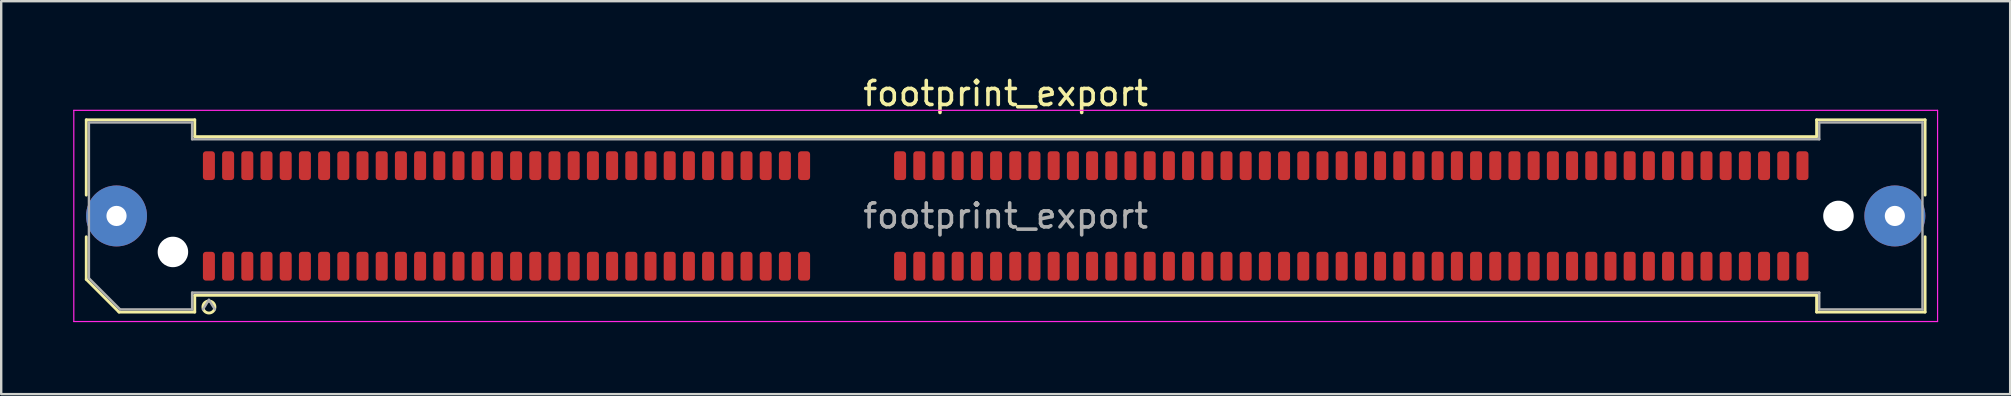
<source format=kicad_pcb>
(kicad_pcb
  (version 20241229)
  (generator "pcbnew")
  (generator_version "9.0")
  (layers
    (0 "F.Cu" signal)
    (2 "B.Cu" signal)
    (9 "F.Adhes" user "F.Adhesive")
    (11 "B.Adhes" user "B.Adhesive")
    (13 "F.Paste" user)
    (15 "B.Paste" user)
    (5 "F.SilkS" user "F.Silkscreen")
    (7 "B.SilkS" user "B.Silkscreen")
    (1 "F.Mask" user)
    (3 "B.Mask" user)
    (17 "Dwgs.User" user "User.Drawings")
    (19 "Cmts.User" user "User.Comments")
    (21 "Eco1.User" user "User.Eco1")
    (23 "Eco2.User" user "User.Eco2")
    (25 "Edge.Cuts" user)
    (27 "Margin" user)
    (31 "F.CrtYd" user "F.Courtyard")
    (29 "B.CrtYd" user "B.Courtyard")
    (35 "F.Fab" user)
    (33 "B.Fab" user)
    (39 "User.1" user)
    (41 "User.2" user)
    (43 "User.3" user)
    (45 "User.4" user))
  (footprint "footprint_export"
    (layer "F.Cu")
    (at 38.855 5.948)
    (property "Reference" "footprint_export" (at 0 -5.1 0) (layer "F.SilkS") (effects (font (size 1 1) (thickness 0.15))))
    (attr smd)
    (fp_line (start -38.31 -4.005) (end -33.79 -4.005) (stroke (width 0.12) (type solid)) (layer "F.SilkS"))
    (fp_line (start -38.31 -0.868) (end -38.31 -4.005) (stroke (width 0.12) (type solid)) (layer "F.SilkS"))
    (fp_line (start -38.31 2.641) (end -38.31 0.868) (stroke (width 0.12) (type solid)) (layer "F.SilkS"))
    (fp_line (start -36.946 4.005) (end -38.31 2.641) (stroke (width 0.12) (type solid)) (layer "F.SilkS"))
    (fp_line (start -33.79 -4.005) (end -33.79 -3.305) (stroke (width 0.12) (type solid)) (layer "F.SilkS"))
    (fp_line (start -33.79 -3.305) (end 33.79 -3.305) (stroke (width 0.12) (type solid)) (layer "F.SilkS"))
    (fp_line (start -33.79 3.305) (end -33.79 4.005) (stroke (width 0.12) (type solid)) (layer "F.SilkS"))
    (fp_line (start -33.79 4.005) (end -36.946 4.005) (stroke (width 0.12) (type solid)) (layer "F.SilkS"))
    (fp_line (start 33.79 -4.005) (end 38.31 -4.005) (stroke (width 0.12) (type solid)) (layer "F.SilkS"))
    (fp_line (start 33.79 -3.305) (end 33.79 -4.005) (stroke (width 0.12) (type solid)) (layer "F.SilkS"))
    (fp_line (start 33.79 3.305) (end -33.79 3.305) (stroke (width 0.12) (type solid)) (layer "F.SilkS"))
    (fp_line (start 33.79 4.005) (end 33.79 3.305) (stroke (width 0.12) (type solid)) (layer "F.SilkS"))
    (fp_line (start 38.31 -4.005) (end 38.31 -0.868) (stroke (width 0.12) (type solid)) (layer "F.SilkS"))
    (fp_line (start 38.31 0.868) (end 38.31 4.005) (stroke (width 0.12) (type solid)) (layer "F.SilkS"))
    (fp_line (start 38.31 4.005) (end 33.79 4.005) (stroke (width 0.12) (type solid)) (layer "F.SilkS"))
    (fp_arc (start -32.95 3.795) (mid -33.45 3.795) (end -32.95 3.795) (stroke (width 0.12) (type solid)) (layer "F.SilkS"))
    (fp_line (start -38.83 -4.4) (end -38.83 4.4) (stroke (width 0.05) (type solid)) (layer "F.CrtYd"))
    (fp_line (start -38.83 4.4) (end 38.83 4.4) (stroke (width 0.05) (type solid)) (layer "F.CrtYd"))
    (fp_line (start 38.83 -4.4) (end -38.83 -4.4) (stroke (width 0.05) (type solid)) (layer "F.CrtYd"))
    (fp_line (start 38.83 4.4) (end 38.83 -4.4) (stroke (width 0.05) (type solid)) (layer "F.CrtYd"))
    (fp_line (start -38.2 -3.895) (end -33.9 -3.895) (stroke (width 0.1) (type solid)) (layer "F.Fab"))
    (fp_line (start -38.2 2.595) (end -38.2 -3.895) (stroke (width 0.1) (type solid)) (layer "F.Fab"))
    (fp_line (start -36.9 3.895) (end -38.2 2.595) (stroke (width 0.1) (type solid)) (layer "F.Fab"))
    (fp_line (start -33.9 -3.895) (end -33.9 -3.195) (stroke (width 0.1) (type solid)) (layer "F.Fab"))
    (fp_line (start -33.9 -3.195) (end 33.9 -3.195) (stroke (width 0.1) (type solid)) (layer "F.Fab"))
    (fp_line (start -33.9 3.195) (end -33.9 3.895) (stroke (width 0.1) (type solid)) (layer "F.Fab"))
    (fp_line (start -33.9 3.895) (end -36.9 3.895) (stroke (width 0.1) (type solid)) (layer "F.Fab"))
    (fp_line (start -33.2 3.495) (end -33.45 3.895) (stroke (width 0.1) (type solid)) (layer "F.Fab"))
    (fp_line (start -33.2 3.495) (end -32.95 3.895) (stroke (width 0.1) (type solid)) (layer "F.Fab"))
    (fp_line (start 33.9 -3.895) (end 38.2 -3.895) (stroke (width 0.1) (type solid)) (layer "F.Fab"))
    (fp_line (start 33.9 -3.195) (end 33.9 -3.895) (stroke (width 0.1) (type solid)) (layer "F.Fab"))
    (fp_line (start 33.9 3.195) (end -33.9 3.195) (stroke (width 0.1) (type solid)) (layer "F.Fab"))
    (fp_line (start 33.9 3.895) (end 33.9 3.195) (stroke (width 0.1) (type solid)) (layer "F.Fab"))
    (fp_line (start 38.2 -3.895) (end 38.2 3.895) (stroke (width 0.1) (type solid)) (layer "F.Fab"))
    (fp_line (start 38.2 3.895) (end 33.9 3.895) (stroke (width 0.1) (type solid)) (layer "F.Fab"))
    (fp_text user "${REFERENCE}" (at 0 0 0) (layer "F.Fab") (effects (font (size 1 1) (thickness 0.15))))
    (pad "" thru_hole circle (at -37.05 0) (size 2.54 2.54) (drill 0.84) (layers "*.Cu" "*.Mask" "F.Paste"))
    (pad "" np_thru_hole circle (at -34.7 1.5) (size 1.27 1.27) (drill 1.27) (layers "*.Cu" "*.Mask"))
    (pad "" np_thru_hole circle (at 34.7 0) (size 1.27 1.27) (drill 1.27) (layers "*.Cu" "*.Mask"))
    (pad "" thru_hole circle (at 37.05 0) (size 2.54 2.54) (drill 0.84) (layers "*.Cu" "*.Mask" "F.Paste"))
    (pad "1" smd roundrect (at -33.2 2.095) (size 0.5 1.2) (layers "F.Cu" "F.Mask" "F.Paste") (roundrect_rratio 0.25))
    (pad "2" smd roundrect (at -33.2 -2.095) (size 0.5 1.2) (layers "F.Cu" "F.Mask" "F.Paste") (roundrect_rratio 0.25))
    (pad "3" smd roundrect (at -32.4 2.095) (size 0.5 1.2) (layers "F.Cu" "F.Mask" "F.Paste") (roundrect_rratio 0.25))
    (pad "4" smd roundrect (at -32.4 -2.095) (size 0.5 1.2) (layers "F.Cu" "F.Mask" "F.Paste") (roundrect_rratio 0.25))
    (pad "5" smd roundrect (at -31.6 2.095) (size 0.5 1.2) (layers "F.Cu" "F.Mask" "F.Paste") (roundrect_rratio 0.25))
    (pad "6" smd roundrect (at -31.6 -2.095) (size 0.5 1.2) (layers "F.Cu" "F.Mask" "F.Paste") (roundrect_rratio 0.25))
    (pad "7" smd roundrect (at -30.8 2.095) (size 0.5 1.2) (layers "F.Cu" "F.Mask" "F.Paste") (roundrect_rratio 0.25))
    (pad "8" smd roundrect (at -30.8 -2.095) (size 0.5 1.2) (layers "F.Cu" "F.Mask" "F.Paste") (roundrect_rratio 0.25))
    (pad "9" smd roundrect (at -30 2.095) (size 0.5 1.2) (layers "F.Cu" "F.Mask" "F.Paste") (roundrect_rratio 0.25))
    (pad "10" smd roundrect (at -30 -2.095) (size 0.5 1.2) (layers "F.Cu" "F.Mask" "F.Paste") (roundrect_rratio 0.25))
    (pad "11" smd roundrect (at -29.2 2.095) (size 0.5 1.2) (layers "F.Cu" "F.Mask" "F.Paste") (roundrect_rratio 0.25))
    (pad "12" smd roundrect (at -29.2 -2.095) (size 0.5 1.2) (layers "F.Cu" "F.Mask" "F.Paste") (roundrect_rratio 0.25))
    (pad "13" smd roundrect (at -28.4 2.095) (size 0.5 1.2) (layers "F.Cu" "F.Mask" "F.Paste") (roundrect_rratio 0.25))
    (pad "14" smd roundrect (at -28.4 -2.095) (size 0.5 1.2) (layers "F.Cu" "F.Mask" "F.Paste") (roundrect_rratio 0.25))
    (pad "15" smd roundrect (at -27.6 2.095) (size 0.5 1.2) (layers "F.Cu" "F.Mask" "F.Paste") (roundrect_rratio 0.25))
    (pad "16" smd roundrect (at -27.6 -2.095) (size 0.5 1.2) (layers "F.Cu" "F.Mask" "F.Paste") (roundrect_rratio 0.25))
    (pad "17" smd roundrect (at -26.8 2.095) (size 0.5 1.2) (layers "F.Cu" "F.Mask" "F.Paste") (roundrect_rratio 0.25))
    (pad "18" smd roundrect (at -26.8 -2.095) (size 0.5 1.2) (layers "F.Cu" "F.Mask" "F.Paste") (roundrect_rratio 0.25))
    (pad "19" smd roundrect (at -26 2.095) (size 0.5 1.2) (layers "F.Cu" "F.Mask" "F.Paste") (roundrect_rratio 0.25))
    (pad "20" smd roundrect (at -26 -2.095) (size 0.5 1.2) (layers "F.Cu" "F.Mask" "F.Paste") (roundrect_rratio 0.25))
    (pad "21" smd roundrect (at -25.2 2.095) (size 0.5 1.2) (layers "F.Cu" "F.Mask" "F.Paste") (roundrect_rratio 0.25))
    (pad "22" smd roundrect (at -25.2 -2.095) (size 0.5 1.2) (layers "F.Cu" "F.Mask" "F.Paste") (roundrect_rratio 0.25))
    (pad "23" smd roundrect (at -24.4 2.095) (size 0.5 1.2) (layers "F.Cu" "F.Mask" "F.Paste") (roundrect_rratio 0.25))
    (pad "24" smd roundrect (at -24.4 -2.095) (size 0.5 1.2) (layers "F.Cu" "F.Mask" "F.Paste") (roundrect_rratio 0.25))
    (pad "25" smd roundrect (at -23.6 2.095) (size 0.5 1.2) (layers "F.Cu" "F.Mask" "F.Paste") (roundrect_rratio 0.25))
    (pad "26" smd roundrect (at -23.6 -2.095) (size 0.5 1.2) (layers "F.Cu" "F.Mask" "F.Paste") (roundrect_rratio 0.25))
    (pad "27" smd roundrect (at -22.8 2.095) (size 0.5 1.2) (layers "F.Cu" "F.Mask" "F.Paste") (roundrect_rratio 0.25))
    (pad "28" smd roundrect (at -22.8 -2.095) (size 0.5 1.2) (layers "F.Cu" "F.Mask" "F.Paste") (roundrect_rratio 0.25))
    (pad "29" smd roundrect (at -22 2.095) (size 0.5 1.2) (layers "F.Cu" "F.Mask" "F.Paste") (roundrect_rratio 0.25))
    (pad "30" smd roundrect (at -22 -2.095) (size 0.5 1.2) (layers "F.Cu" "F.Mask" "F.Paste") (roundrect_rratio 0.25))
    (pad "31" smd roundrect (at -21.2 2.095) (size 0.5 1.2) (layers "F.Cu" "F.Mask" "F.Paste") (roundrect_rratio 0.25))
    (pad "32" smd roundrect (at -21.2 -2.095) (size 0.5 1.2) (layers "F.Cu" "F.Mask" "F.Paste") (roundrect_rratio 0.25))
    (pad "33" smd roundrect (at -20.4 2.095) (size 0.5 1.2) (layers "F.Cu" "F.Mask" "F.Paste") (roundrect_rratio 0.25))
    (pad "34" smd roundrect (at -20.4 -2.095) (size 0.5 1.2) (layers "F.Cu" "F.Mask" "F.Paste") (roundrect_rratio 0.25))
    (pad "35" smd roundrect (at -19.6 2.095) (size 0.5 1.2) (layers "F.Cu" "F.Mask" "F.Paste") (roundrect_rratio 0.25))
    (pad "36" smd roundrect (at -19.6 -2.095) (size 0.5 1.2) (layers "F.Cu" "F.Mask" "F.Paste") (roundrect_rratio 0.25))
    (pad "37" smd roundrect (at -18.8 2.095) (size 0.5 1.2) (layers "F.Cu" "F.Mask" "F.Paste") (roundrect_rratio 0.25))
    (pad "38" smd roundrect (at -18.8 -2.095) (size 0.5 1.2) (layers "F.Cu" "F.Mask" "F.Paste") (roundrect_rratio 0.25))
    (pad "39" smd roundrect (at -18 2.095) (size 0.5 1.2) (layers "F.Cu" "F.Mask" "F.Paste") (roundrect_rratio 0.25))
    (pad "40" smd roundrect (at -18 -2.095) (size 0.5 1.2) (layers "F.Cu" "F.Mask" "F.Paste") (roundrect_rratio 0.25))
    (pad "41" smd roundrect (at -17.2 2.095) (size 0.5 1.2) (layers "F.Cu" "F.Mask" "F.Paste") (roundrect_rratio 0.25))
    (pad "42" smd roundrect (at -17.2 -2.095) (size 0.5 1.2) (layers "F.Cu" "F.Mask" "F.Paste") (roundrect_rratio 0.25))
    (pad "43" smd roundrect (at -16.4 2.095) (size 0.5 1.2) (layers "F.Cu" "F.Mask" "F.Paste") (roundrect_rratio 0.25))
    (pad "44" smd roundrect (at -16.4 -2.095) (size 0.5 1.2) (layers "F.Cu" "F.Mask" "F.Paste") (roundrect_rratio 0.25))
    (pad "45" smd roundrect (at -15.6 2.095) (size 0.5 1.2) (layers "F.Cu" "F.Mask" "F.Paste") (roundrect_rratio 0.25))
    (pad "46" smd roundrect (at -15.6 -2.095) (size 0.5 1.2) (layers "F.Cu" "F.Mask" "F.Paste") (roundrect_rratio 0.25))
    (pad "47" smd roundrect (at -14.8 2.095) (size 0.5 1.2) (layers "F.Cu" "F.Mask" "F.Paste") (roundrect_rratio 0.25))
    (pad "48" smd roundrect (at -14.8 -2.095) (size 0.5 1.2) (layers "F.Cu" "F.Mask" "F.Paste") (roundrect_rratio 0.25))
    (pad "49" smd roundrect (at -14 2.095) (size 0.5 1.2) (layers "F.Cu" "F.Mask" "F.Paste") (roundrect_rratio 0.25))
    (pad "50" smd roundrect (at -14 -2.095) (size 0.5 1.2) (layers "F.Cu" "F.Mask" "F.Paste") (roundrect_rratio 0.25))
    (pad "51" smd roundrect (at -13.2 2.095) (size 0.5 1.2) (layers "F.Cu" "F.Mask" "F.Paste") (roundrect_rratio 0.25))
    (pad "52" smd roundrect (at -13.2 -2.095) (size 0.5 1.2) (layers "F.Cu" "F.Mask" "F.Paste") (roundrect_rratio 0.25))
    (pad "53" smd roundrect (at -12.4 2.095) (size 0.5 1.2) (layers "F.Cu" "F.Mask" "F.Paste") (roundrect_rratio 0.25))
    (pad "54" smd roundrect (at -12.4 -2.095) (size 0.5 1.2) (layers "F.Cu" "F.Mask" "F.Paste") (roundrect_rratio 0.25))
    (pad "55" smd roundrect (at -11.6 2.095) (size 0.5 1.2) (layers "F.Cu" "F.Mask" "F.Paste") (roundrect_rratio 0.25))
    (pad "56" smd roundrect (at -11.6 -2.095) (size 0.5 1.2) (layers "F.Cu" "F.Mask" "F.Paste") (roundrect_rratio 0.25))
    (pad "57" smd roundrect (at -10.8 2.095) (size 0.5 1.2) (layers "F.Cu" "F.Mask" "F.Paste") (roundrect_rratio 0.25))
    (pad "58" smd roundrect (at -10.8 -2.095) (size 0.5 1.2) (layers "F.Cu" "F.Mask" "F.Paste") (roundrect_rratio 0.25))
    (pad "59" smd roundrect (at -10 2.095) (size 0.5 1.2) (layers "F.Cu" "F.Mask" "F.Paste") (roundrect_rratio 0.25))
    (pad "60" smd roundrect (at -10 -2.095) (size 0.5 1.2) (layers "F.Cu" "F.Mask" "F.Paste") (roundrect_rratio 0.25))
    (pad "61" smd roundrect (at -9.2 2.095) (size 0.5 1.2) (layers "F.Cu" "F.Mask" "F.Paste") (roundrect_rratio 0.25))
    (pad "62" smd roundrect (at -9.2 -2.095) (size 0.5 1.2) (layers "F.Cu" "F.Mask" "F.Paste") (roundrect_rratio 0.25))
    (pad "63" smd roundrect (at -8.4 2.095) (size 0.5 1.2) (layers "F.Cu" "F.Mask" "F.Paste") (roundrect_rratio 0.25))
    (pad "64" smd roundrect (at -8.4 -2.095) (size 0.5 1.2) (layers "F.Cu" "F.Mask" "F.Paste") (roundrect_rratio 0.25))
    (pad "65" smd roundrect (at -4.4 2.095) (size 0.5 1.2) (layers "F.Cu" "F.Mask" "F.Paste") (roundrect_rratio 0.25))
    (pad "66" smd roundrect (at -4.4 -2.095) (size 0.5 1.2) (layers "F.Cu" "F.Mask" "F.Paste") (roundrect_rratio 0.25))
    (pad "67" smd roundrect (at -3.6 2.095) (size 0.5 1.2) (layers "F.Cu" "F.Mask" "F.Paste") (roundrect_rratio 0.25))
    (pad "68" smd roundrect (at -3.6 -2.095) (size 0.5 1.2) (layers "F.Cu" "F.Mask" "F.Paste") (roundrect_rratio 0.25))
    (pad "69" smd roundrect (at -2.8 2.095) (size 0.5 1.2) (layers "F.Cu" "F.Mask" "F.Paste") (roundrect_rratio 0.25))
    (pad "70" smd roundrect (at -2.8 -2.095) (size 0.5 1.2) (layers "F.Cu" "F.Mask" "F.Paste") (roundrect_rratio 0.25))
    (pad "71" smd roundrect (at -2 2.095) (size 0.5 1.2) (layers "F.Cu" "F.Mask" "F.Paste") (roundrect_rratio 0.25))
    (pad "72" smd roundrect (at -2 -2.095) (size 0.5 1.2) (layers "F.Cu" "F.Mask" "F.Paste") (roundrect_rratio 0.25))
    (pad "73" smd roundrect (at -1.2 2.095) (size 0.5 1.2) (layers "F.Cu" "F.Mask" "F.Paste") (roundrect_rratio 0.25))
    (pad "74" smd roundrect (at -1.2 -2.095) (size 0.5 1.2) (layers "F.Cu" "F.Mask" "F.Paste") (roundrect_rratio 0.25))
    (pad "75" smd roundrect (at -0.4 2.095) (size 0.5 1.2) (layers "F.Cu" "F.Mask" "F.Paste") (roundrect_rratio 0.25))
    (pad "76" smd roundrect (at -0.4 -2.095) (size 0.5 1.2) (layers "F.Cu" "F.Mask" "F.Paste") (roundrect_rratio 0.25))
    (pad "77" smd roundrect (at 0.4 2.095) (size 0.5 1.2) (layers "F.Cu" "F.Mask" "F.Paste") (roundrect_rratio 0.25))
    (pad "78" smd roundrect (at 0.4 -2.095) (size 0.5 1.2) (layers "F.Cu" "F.Mask" "F.Paste") (roundrect_rratio 0.25))
    (pad "79" smd roundrect (at 1.2 2.095) (size 0.5 1.2) (layers "F.Cu" "F.Mask" "F.Paste") (roundrect_rratio 0.25))
    (pad "80" smd roundrect (at 1.2 -2.095) (size 0.5 1.2) (layers "F.Cu" "F.Mask" "F.Paste") (roundrect_rratio 0.25))
    (pad "81" smd roundrect (at 2 2.095) (size 0.5 1.2) (layers "F.Cu" "F.Mask" "F.Paste") (roundrect_rratio 0.25))
    (pad "82" smd roundrect (at 2 -2.095) (size 0.5 1.2) (layers "F.Cu" "F.Mask" "F.Paste") (roundrect_rratio 0.25))
    (pad "83" smd roundrect (at 2.8 2.095) (size 0.5 1.2) (layers "F.Cu" "F.Mask" "F.Paste") (roundrect_rratio 0.25))
    (pad "84" smd roundrect (at 2.8 -2.095) (size 0.5 1.2) (layers "F.Cu" "F.Mask" "F.Paste") (roundrect_rratio 0.25))
    (pad "85" smd roundrect (at 3.6 2.095) (size 0.5 1.2) (layers "F.Cu" "F.Mask" "F.Paste") (roundrect_rratio 0.25))
    (pad "86" smd roundrect (at 3.6 -2.095) (size 0.5 1.2) (layers "F.Cu" "F.Mask" "F.Paste") (roundrect_rratio 0.25))
    (pad "87" smd roundrect (at 4.4 2.095) (size 0.5 1.2) (layers "F.Cu" "F.Mask" "F.Paste") (roundrect_rratio 0.25))
    (pad "88" smd roundrect (at 4.4 -2.095) (size 0.5 1.2) (layers "F.Cu" "F.Mask" "F.Paste") (roundrect_rratio 0.25))
    (pad "89" smd roundrect (at 5.2 2.095) (size 0.5 1.2) (layers "F.Cu" "F.Mask" "F.Paste") (roundrect_rratio 0.25))
    (pad "90" smd roundrect (at 5.2 -2.095) (size 0.5 1.2) (layers "F.Cu" "F.Mask" "F.Paste") (roundrect_rratio 0.25))
    (pad "91" smd roundrect (at 6 2.095) (size 0.5 1.2) (layers "F.Cu" "F.Mask" "F.Paste") (roundrect_rratio 0.25))
    (pad "92" smd roundrect (at 6 -2.095) (size 0.5 1.2) (layers "F.Cu" "F.Mask" "F.Paste") (roundrect_rratio 0.25))
    (pad "93" smd roundrect (at 6.8 2.095) (size 0.5 1.2) (layers "F.Cu" "F.Mask" "F.Paste") (roundrect_rratio 0.25))
    (pad "94" smd roundrect (at 6.8 -2.095) (size 0.5 1.2) (layers "F.Cu" "F.Mask" "F.Paste") (roundrect_rratio 0.25))
    (pad "95" smd roundrect (at 7.6 2.095) (size 0.5 1.2) (layers "F.Cu" "F.Mask" "F.Paste") (roundrect_rratio 0.25))
    (pad "96" smd roundrect (at 7.6 -2.095) (size 0.5 1.2) (layers "F.Cu" "F.Mask" "F.Paste") (roundrect_rratio 0.25))
    (pad "97" smd roundrect (at 8.4 2.095) (size 0.5 1.2) (layers "F.Cu" "F.Mask" "F.Paste") (roundrect_rratio 0.25))
    (pad "98" smd roundrect (at 8.4 -2.095) (size 0.5 1.2) (layers "F.Cu" "F.Mask" "F.Paste") (roundrect_rratio 0.25))
    (pad "99" smd roundrect (at 9.2 2.095) (size 0.5 1.2) (layers "F.Cu" "F.Mask" "F.Paste") (roundrect_rratio 0.25))
    (pad "100" smd roundrect (at 9.2 -2.095) (size 0.5 1.2) (layers "F.Cu" "F.Mask" "F.Paste") (roundrect_rratio 0.25))
    (pad "101" smd roundrect (at 10 2.095) (size 0.5 1.2) (layers "F.Cu" "F.Mask" "F.Paste") (roundrect_rratio 0.25))
    (pad "102" smd roundrect (at 10 -2.095) (size 0.5 1.2) (layers "F.Cu" "F.Mask" "F.Paste") (roundrect_rratio 0.25))
    (pad "103" smd roundrect (at 10.8 2.095) (size 0.5 1.2) (layers "F.Cu" "F.Mask" "F.Paste") (roundrect_rratio 0.25))
    (pad "104" smd roundrect (at 10.8 -2.095) (size 0.5 1.2) (layers "F.Cu" "F.Mask" "F.Paste") (roundrect_rratio 0.25))
    (pad "105" smd roundrect (at 11.6 2.095) (size 0.5 1.2) (layers "F.Cu" "F.Mask" "F.Paste") (roundrect_rratio 0.25))
    (pad "106" smd roundrect (at 11.6 -2.095) (size 0.5 1.2) (layers "F.Cu" "F.Mask" "F.Paste") (roundrect_rratio 0.25))
    (pad "107" smd roundrect (at 12.4 2.095) (size 0.5 1.2) (layers "F.Cu" "F.Mask" "F.Paste") (roundrect_rratio 0.25))
    (pad "108" smd roundrect (at 12.4 -2.095) (size 0.5 1.2) (layers "F.Cu" "F.Mask" "F.Paste") (roundrect_rratio 0.25))
    (pad "109" smd roundrect (at 13.2 2.095) (size 0.5 1.2) (layers "F.Cu" "F.Mask" "F.Paste") (roundrect_rratio 0.25))
    (pad "110" smd roundrect (at 13.2 -2.095) (size 0.5 1.2) (layers "F.Cu" "F.Mask" "F.Paste") (roundrect_rratio 0.25))
    (pad "111" smd roundrect (at 14 2.095) (size 0.5 1.2) (layers "F.Cu" "F.Mask" "F.Paste") (roundrect_rratio 0.25))
    (pad "112" smd roundrect (at 14 -2.095) (size 0.5 1.2) (layers "F.Cu" "F.Mask" "F.Paste") (roundrect_rratio 0.25))
    (pad "113" smd roundrect (at 14.8 2.095) (size 0.5 1.2) (layers "F.Cu" "F.Mask" "F.Paste") (roundrect_rratio 0.25))
    (pad "114" smd roundrect (at 14.8 -2.095) (size 0.5 1.2) (layers "F.Cu" "F.Mask" "F.Paste") (roundrect_rratio 0.25))
    (pad "115" smd roundrect (at 15.6 2.095) (size 0.5 1.2) (layers "F.Cu" "F.Mask" "F.Paste") (roundrect_rratio 0.25))
    (pad "116" smd roundrect (at 15.6 -2.095) (size 0.5 1.2) (layers "F.Cu" "F.Mask" "F.Paste") (roundrect_rratio 0.25))
    (pad "117" smd roundrect (at 16.4 2.095) (size 0.5 1.2) (layers "F.Cu" "F.Mask" "F.Paste") (roundrect_rratio 0.25))
    (pad "118" smd roundrect (at 16.4 -2.095) (size 0.5 1.2) (layers "F.Cu" "F.Mask" "F.Paste") (roundrect_rratio 0.25))
    (pad "119" smd roundrect (at 17.2 2.095) (size 0.5 1.2) (layers "F.Cu" "F.Mask" "F.Paste") (roundrect_rratio 0.25))
    (pad "120" smd roundrect (at 17.2 -2.095) (size 0.5 1.2) (layers "F.Cu" "F.Mask" "F.Paste") (roundrect_rratio 0.25))
    (pad "121" smd roundrect (at 18 2.095) (size 0.5 1.2) (layers "F.Cu" "F.Mask" "F.Paste") (roundrect_rratio 0.25))
    (pad "122" smd roundrect (at 18 -2.095) (size 0.5 1.2) (layers "F.Cu" "F.Mask" "F.Paste") (roundrect_rratio 0.25))
    (pad "123" smd roundrect (at 18.8 2.095) (size 0.5 1.2) (layers "F.Cu" "F.Mask" "F.Paste") (roundrect_rratio 0.25))
    (pad "124" smd roundrect (at 18.8 -2.095) (size 0.5 1.2) (layers "F.Cu" "F.Mask" "F.Paste") (roundrect_rratio 0.25))
    (pad "125" smd roundrect (at 19.6 2.095) (size 0.5 1.2) (layers "F.Cu" "F.Mask" "F.Paste") (roundrect_rratio 0.25))
    (pad "126" smd roundrect (at 19.6 -2.095) (size 0.5 1.2) (layers "F.Cu" "F.Mask" "F.Paste") (roundrect_rratio 0.25))
    (pad "127" smd roundrect (at 20.4 2.095) (size 0.5 1.2) (layers "F.Cu" "F.Mask" "F.Paste") (roundrect_rratio 0.25))
    (pad "128" smd roundrect (at 20.4 -2.095) (size 0.5 1.2) (layers "F.Cu" "F.Mask" "F.Paste") (roundrect_rratio 0.25))
    (pad "129" smd roundrect (at 21.2 2.095) (size 0.5 1.2) (layers "F.Cu" "F.Mask" "F.Paste") (roundrect_rratio 0.25))
    (pad "130" smd roundrect (at 21.2 -2.095) (size 0.5 1.2) (layers "F.Cu" "F.Mask" "F.Paste") (roundrect_rratio 0.25))
    (pad "131" smd roundrect (at 22 2.095) (size 0.5 1.2) (layers "F.Cu" "F.Mask" "F.Paste") (roundrect_rratio 0.25))
    (pad "132" smd roundrect (at 22 -2.095) (size 0.5 1.2) (layers "F.Cu" "F.Mask" "F.Paste") (roundrect_rratio 0.25))
    (pad "133" smd roundrect (at 22.8 2.095) (size 0.5 1.2) (layers "F.Cu" "F.Mask" "F.Paste") (roundrect_rratio 0.25))
    (pad "134" smd roundrect (at 22.8 -2.095) (size 0.5 1.2) (layers "F.Cu" "F.Mask" "F.Paste") (roundrect_rratio 0.25))
    (pad "135" smd roundrect (at 23.6 2.095) (size 0.5 1.2) (layers "F.Cu" "F.Mask" "F.Paste") (roundrect_rratio 0.25))
    (pad "136" smd roundrect (at 23.6 -2.095) (size 0.5 1.2) (layers "F.Cu" "F.Mask" "F.Paste") (roundrect_rratio 0.25))
    (pad "137" smd roundrect (at 24.4 2.095) (size 0.5 1.2) (layers "F.Cu" "F.Mask" "F.Paste") (roundrect_rratio 0.25))
    (pad "138" smd roundrect (at 24.4 -2.095) (size 0.5 1.2) (layers "F.Cu" "F.Mask" "F.Paste") (roundrect_rratio 0.25))
    (pad "139" smd roundrect (at 25.2 2.095) (size 0.5 1.2) (layers "F.Cu" "F.Mask" "F.Paste") (roundrect_rratio 0.25))
    (pad "140" smd roundrect (at 25.2 -2.095) (size 0.5 1.2) (layers "F.Cu" "F.Mask" "F.Paste") (roundrect_rratio 0.25))
    (pad "141" smd roundrect (at 26 2.095) (size 0.5 1.2) (layers "F.Cu" "F.Mask" "F.Paste") (roundrect_rratio 0.25))
    (pad "142" smd roundrect (at 26 -2.095) (size 0.5 1.2) (layers "F.Cu" "F.Mask" "F.Paste") (roundrect_rratio 0.25))
    (pad "143" smd roundrect (at 26.8 2.095) (size 0.5 1.2) (layers "F.Cu" "F.Mask" "F.Paste") (roundrect_rratio 0.25))
    (pad "144" smd roundrect (at 26.8 -2.095) (size 0.5 1.2) (layers "F.Cu" "F.Mask" "F.Paste") (roundrect_rratio 0.25))
    (pad "145" smd roundrect (at 27.6 2.095) (size 0.5 1.2) (layers "F.Cu" "F.Mask" "F.Paste") (roundrect_rratio 0.25))
    (pad "146" smd roundrect (at 27.6 -2.095) (size 0.5 1.2) (layers "F.Cu" "F.Mask" "F.Paste") (roundrect_rratio 0.25))
    (pad "147" smd roundrect (at 28.4 2.095) (size 0.5 1.2) (layers "F.Cu" "F.Mask" "F.Paste") (roundrect_rratio 0.25))
    (pad "148" smd roundrect (at 28.4 -2.095) (size 0.5 1.2) (layers "F.Cu" "F.Mask" "F.Paste") (roundrect_rratio 0.25))
    (pad "149" smd roundrect (at 29.2 2.095) (size 0.5 1.2) (layers "F.Cu" "F.Mask" "F.Paste") (roundrect_rratio 0.25))
    (pad "150" smd roundrect (at 29.2 -2.095) (size 0.5 1.2) (layers "F.Cu" "F.Mask" "F.Paste") (roundrect_rratio 0.25))
    (pad "151" smd roundrect (at 30 2.095) (size 0.5 1.2) (layers "F.Cu" "F.Mask" "F.Paste") (roundrect_rratio 0.25))
    (pad "152" smd roundrect (at 30 -2.095) (size 0.5 1.2) (layers "F.Cu" "F.Mask" "F.Paste") (roundrect_rratio 0.25))
    (pad "153" smd roundrect (at 30.8 2.095) (size 0.5 1.2) (layers "F.Cu" "F.Mask" "F.Paste") (roundrect_rratio 0.25))
    (pad "154" smd roundrect (at 30.8 -2.095) (size 0.5 1.2) (layers "F.Cu" "F.Mask" "F.Paste") (roundrect_rratio 0.25))
    (pad "155" smd roundrect (at 31.6 2.095) (size 0.5 1.2) (layers "F.Cu" "F.Mask" "F.Paste") (roundrect_rratio 0.25))
    (pad "156" smd roundrect (at 31.6 -2.095) (size 0.5 1.2) (layers "F.Cu" "F.Mask" "F.Paste") (roundrect_rratio 0.25))
    (pad "157" smd roundrect (at 32.4 2.095) (size 0.5 1.2) (layers "F.Cu" "F.Mask" "F.Paste") (roundrect_rratio 0.25))
    (pad "158" smd roundrect (at 32.4 -2.095) (size 0.5 1.2) (layers "F.Cu" "F.Mask" "F.Paste") (roundrect_rratio 0.25))
    (pad "159" smd roundrect (at 33.2 2.095) (size 0.5 1.2) (layers "F.Cu" "F.Mask" "F.Paste") (roundrect_rratio 0.25))
    (pad "160" smd roundrect (at 33.2 -2.095) (size 0.5 1.2) (layers "F.Cu" "F.Mask" "F.Paste") (roundrect_rratio 0.25)))
  (gr_rect
    (start -3 -3)
    (end 80.71 13.373)
    (stroke (width 0.1) (type default))
    (fill no)
    (layer "Edge.Cuts")))
</source>
